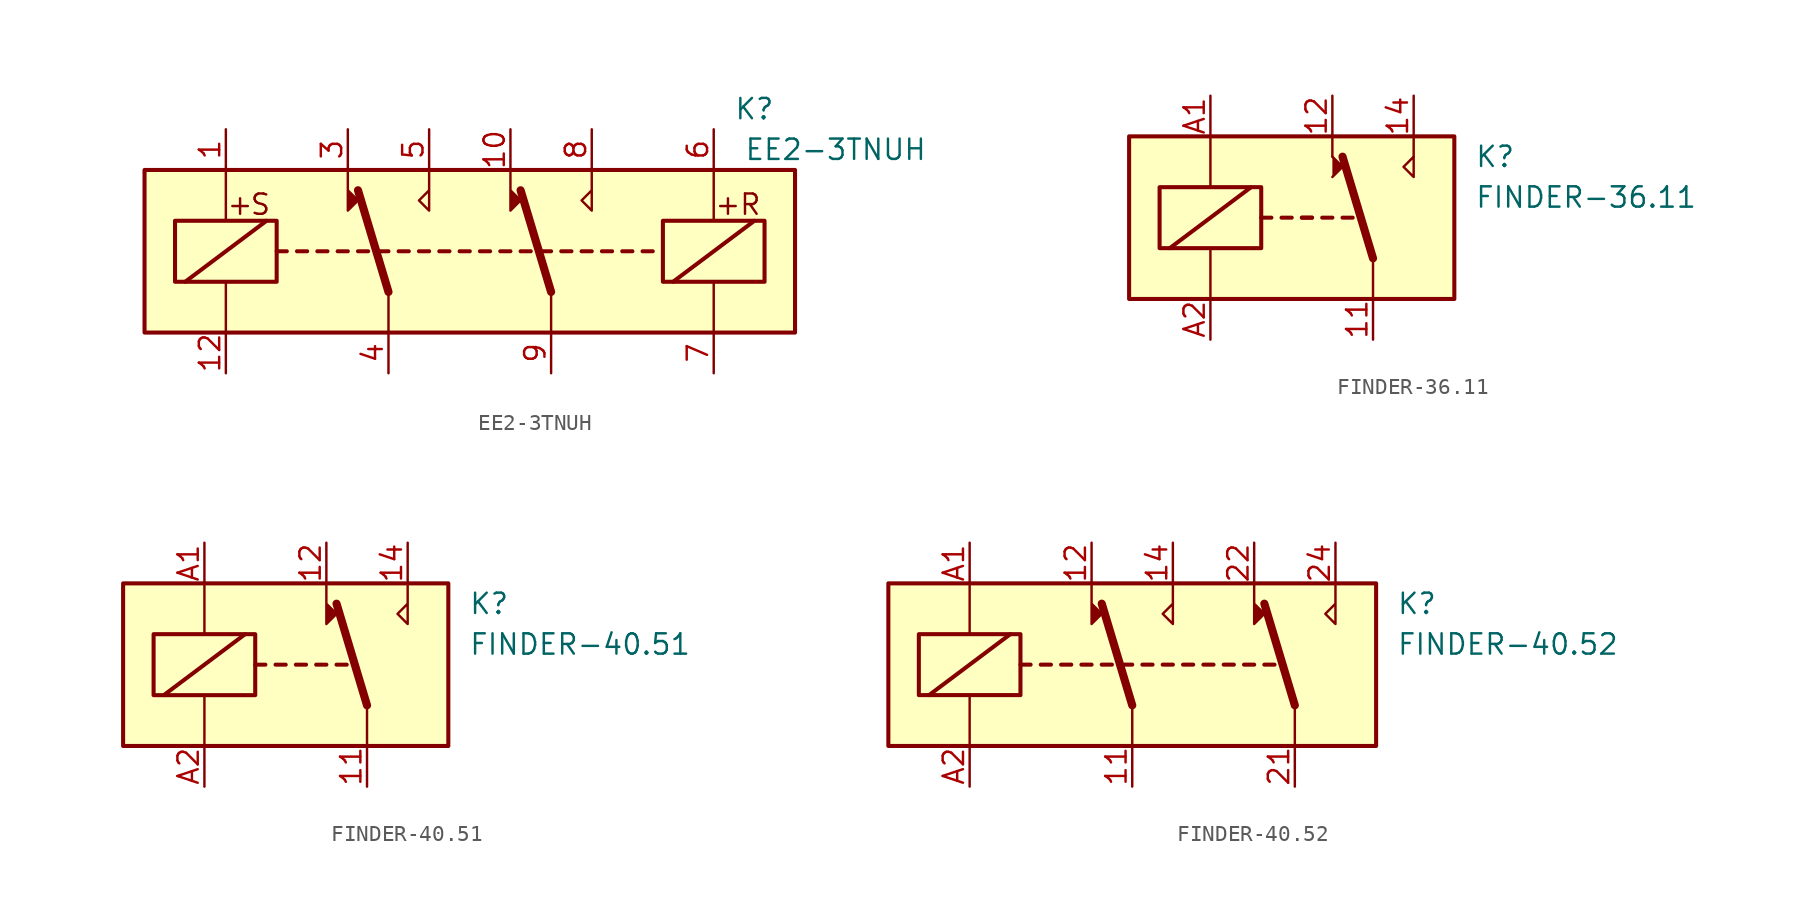
<source format=kicad_sym>
(kicad_symbol_lib
  (version 20220914)
  (generator kicad_symbol_editor)
  (symbol "EE2-3TNUH"
    (property "Reference" "K"
      (at 17.78 8.89 0)
      (effects (font (size 1.27 1.27))))
    (property "Value" "EE2-3TNUH"
      (at 22.86 6.35 0)
      (effects (font (size 1.27 1.27))))
    (symbol "EE2-3TNUH_1_1"
      (rectangle (start -20.32 5.08) (end 20.32 -5.08) (stroke (width 0.254) (type default)) (fill (type background)))
      (rectangle (start -18.415 1.905) (end -12.065 -1.905) (stroke (width 0.254) (type default)) (fill (type none)))
      (polyline (pts (xy -17.78 -1.905) (xy -12.7 1.905)) (stroke (width 0.254) (type default)) (fill (type none)))
      (polyline (pts (xy -15.24 -5.08) (xy -15.24 -1.905)) (stroke (width 0) (type default)) (fill (type none)))
      (polyline (pts (xy -15.24 5.08) (xy -15.24 1.905)) (stroke (width 0) (type default)) (fill (type none)))
      (polyline (pts (xy -12.065 0) (xy -11.43 0)) (stroke (width 0.254) (type default)) (fill (type none)))
      (polyline (pts (xy -10.795 0) (xy -10.16 0)) (stroke (width 0.254) (type default)) (fill (type none)))
      (polyline (pts (xy -9.525 0) (xy -8.89 0)) (stroke (width 0.254) (type default)) (fill (type none)))
      (polyline (pts (xy -8.255 0) (xy -7.62 0)) (stroke (width 0.254) (type default)) (fill (type none)))
      (polyline (pts (xy -6.985 0) (xy -6.35 0)) (stroke (width 0.254) (type default)) (fill (type none)))
      (polyline (pts (xy -5.715 0) (xy -5.08 0)) (stroke (width 0.254) (type default)) (fill (type none)))
      (polyline (pts (xy -5.08 -2.54) (xy -6.985 3.81)) (stroke (width 0.508) (type default)) (fill (type none)))
      (polyline (pts (xy -5.08 -2.54) (xy -5.08 -5.08)) (stroke (width 0) (type default)) (fill (type none)))
      (polyline (pts (xy -4.445 0) (xy -3.81 0)) (stroke (width 0.254) (type default)) (fill (type none)))
      (polyline (pts (xy -3.175 0) (xy -2.54 0)) (stroke (width 0.254) (type default)) (fill (type none)))
      (polyline (pts (xy -1.905 0) (xy -1.27 0)) (stroke (width 0.254) (type default)) (fill (type none)))
      (polyline (pts (xy -0.635 0) (xy 0 0)) (stroke (width 0.254) (type default)) (fill (type none)))
      (polyline (pts (xy 0.635 0) (xy 1.27 0)) (stroke (width 0.254) (type default)) (fill (type none)))
      (polyline (pts (xy 1.905 0) (xy 2.54 0)) (stroke (width 0.254) (type default)) (fill (type none)))
      (polyline (pts (xy 3.175 0) (xy 3.81 0)) (stroke (width 0.254) (type default)) (fill (type none)))
      (polyline (pts (xy 4.445 0) (xy 5.08 0)) (stroke (width 0.254) (type default)) (fill (type none)))
      (polyline (pts (xy 5.08 -2.54) (xy 3.175 3.81)) (stroke (width 0.508) (type default)) (fill (type none)))
      (polyline (pts (xy 5.08 -2.54) (xy 5.08 -5.08)) (stroke (width 0) (type default)) (fill (type none)))
      (polyline (pts (xy 5.715 0) (xy 6.35 0)) (stroke (width 0.254) (type default)) (fill (type none)))
      (polyline (pts (xy 6.985 0) (xy 7.62 0)) (stroke (width 0.254) (type default)) (fill (type none)))
      (polyline (pts (xy 8.255 0) (xy 8.89 0)) (stroke (width 0.254) (type default)) (fill (type none)))
      (polyline (pts (xy 9.525 0) (xy 10.16 0)) (stroke (width 0.254) (type default)) (fill (type none)))
      (polyline (pts (xy 10.795 0) (xy 11.43 0)) (stroke (width 0.254) (type default)) (fill (type none)))
      (polyline (pts (xy 12.7 -1.905) (xy 17.78 1.905)) (stroke (width 0.254) (type default)) (fill (type none)))
      (polyline (pts (xy 15.24 -5.08) (xy 15.24 -1.905)) (stroke (width 0) (type default)) (fill (type none)))
      (polyline (pts (xy 15.24 5.08) (xy 15.24 1.905)) (stroke (width 0) (type default)) (fill (type none)))
      (polyline (pts (xy -7.62 5.08) (xy -7.62 2.54) (xy -6.985 3.175) (xy -7.62 3.81)) (stroke (width 0) (type default)) (fill (type outline)))
      (polyline (pts (xy -2.54 5.08) (xy -2.54 2.54) (xy -3.175 3.175) (xy -2.54 3.81)) (stroke (width 0) (type default)) (fill (type none)))
      (polyline (pts (xy 2.54 5.08) (xy 2.54 2.54) (xy 3.175 3.175) (xy 2.54 3.81)) (stroke (width 0) (type default)) (fill (type outline)))
      (polyline (pts (xy 7.62 5.08) (xy 7.62 2.54) (xy 6.985 3.175) (xy 7.62 3.81)) (stroke (width 0) (type default)) (fill (type none)))
      (rectangle (start 12.065 1.905) (end 18.415 -1.905) (stroke (width 0.254) (type default)) (fill (type none)))
      (text "+" (at -14.351 2.921 0) (effects (font (size 1.27 1.27))))
      (text "+" (at 16.129 2.921 0) (effects (font (size 1.27 1.27))))
      (text "R" (at 17.526 2.921 0) (effects (font (size 1.27 1.27))))
      (text "S" (at -13.081 2.921 0) (effects (font (size 1.27 1.27))))
      (pin passive line (at -15.24 7.62 270) (length 2.54) (name "~" (effects (font (size 1.27 1.27)))) (number "1" (effects (font (size 1.27 1.27)))))
      (pin passive line (at 2.54 7.62 270) (length 2.54) (name "~" (effects (font (size 1.27 1.27)))) (number "10" (effects (font (size 1.27 1.27)))))
      (pin passive line (at -15.24 -7.62 90) (length 2.54) (name "~" (effects (font (size 1.27 1.27)))) (number "12" (effects (font (size 1.27 1.27)))))
      (pin passive line (at -7.62 7.62 270) (length 2.54) (name "~" (effects (font (size 1.27 1.27)))) (number "3" (effects (font (size 1.27 1.27)))))
      (pin passive line (at -5.08 -7.62 90) (length 2.54) (name "~" (effects (font (size 1.27 1.27)))) (number "4" (effects (font (size 1.27 1.27)))))
      (pin passive line (at -2.54 7.62 270) (length 2.54) (name "~" (effects (font (size 1.27 1.27)))) (number "5" (effects (font (size 1.27 1.27)))))
      (pin passive line (at 15.24 7.62 270) (length 2.54) (name "~" (effects (font (size 1.27 1.27)))) (number "6" (effects (font (size 1.27 1.27)))))
      (pin passive line (at 15.24 -7.62 90) (length 2.54) (name "~" (effects (font (size 1.27 1.27)))) (number "7" (effects (font (size 1.27 1.27)))))
      (pin passive line (at 7.62 7.62 270) (length 2.54) (name "~" (effects (font (size 1.27 1.27)))) (number "8" (effects (font (size 1.27 1.27)))))
      (pin passive line (at 5.08 -7.62 90) (length 2.54) (name "~" (effects (font (size 1.27 1.27)))) (number "9" (effects (font (size 1.27 1.27)))))))
  (symbol "FINDER-36.11"
    (property "Reference" "K"
      (at 11.43 3.81 0)
      (effects (font (size 1.27 1.27)) (justify left)))
    (property "Value" "FINDER-36.11"
      (at 11.43 1.27 0)
      (effects (font (size 1.27 1.27)) (justify left)))
    (symbol "FINDER-36.11_0_0"
      (polyline (pts (xy 2.54 3.81) (xy 2.54 5.08)) (stroke (width 0) (type default)) (fill (type none)))
      (polyline (pts (xy 7.62 3.81) (xy 7.62 5.08)) (stroke (width 0) (type default)) (fill (type none)))
      (polyline (pts (xy 7.62 3.81) (xy 7.62 2.54) (xy 6.985 3.175) (xy 7.62 3.81)) (stroke (width 0) (type default)) (fill (type none))))
    (symbol "FINDER-36.11_0_1"
      (rectangle (start -10.16 5.08) (end 10.16 -5.08) (stroke (width 0.254) (type default)) (fill (type background)))
      (rectangle (start -8.255 1.905) (end -1.905 -1.905) (stroke (width 0.254) (type default)) (fill (type none)))
      (polyline (pts (xy -7.62 -1.905) (xy -2.54 1.905)) (stroke (width 0.254) (type default)) (fill (type none)))
      (polyline (pts (xy -5.08 -5.08) (xy -5.08 -1.905)) (stroke (width 0) (type default)) (fill (type none)))
      (polyline (pts (xy -5.08 5.08) (xy -5.08 1.905)) (stroke (width 0) (type default)) (fill (type none)))
      (polyline (pts (xy -1.905 0) (xy -1.27 0)) (stroke (width 0.254) (type default)) (fill (type none)))
      (polyline (pts (xy -0.635 0) (xy 0 0)) (stroke (width 0.254) (type default)) (fill (type none)))
      (polyline (pts (xy 0.635 0) (xy 1.27 0)) (stroke (width 0.254) (type default)) (fill (type none)))
      (polyline (pts (xy 0.635 0) (xy 1.27 0)) (stroke (width 0.254) (type default)) (fill (type none)))
      (polyline (pts (xy 1.905 0) (xy 2.54 0)) (stroke (width 0.254) (type default)) (fill (type none)))
      (polyline (pts (xy 3.175 0) (xy 3.81 0)) (stroke (width 0.254) (type default)) (fill (type none)))
      (polyline (pts (xy 5.08 -2.54) (xy 3.175 3.81)) (stroke (width 0.508) (type default)) (fill (type none)))
      (polyline (pts (xy 5.08 -2.54) (xy 5.08 -5.08)) (stroke (width 0) (type default)) (fill (type none)))
      (polyline (pts (xy 2.54 2.54) (xy 3.175 3.175) (xy 2.54 3.81)) (stroke (width 0) (type default)) (fill (type outline))))
    (symbol "FINDER-36.11_1_1"
      (pin passive line (at 5.08 -7.62 90) (length 2.54) (name "~" (effects (font (size 1.27 1.27)))) (number "11" (effects (font (size 1.27 1.27)))))
      (pin passive line (at 2.54 7.62 270) (length 2.54) (name "~" (effects (font (size 1.27 1.27)))) (number "12" (effects (font (size 1.27 1.27)))))
      (pin passive line (at 7.62 7.62 270) (length 2.54) (name "~" (effects (font (size 1.27 1.27)))) (number "14" (effects (font (size 1.27 1.27)))))
      (pin passive line (at -5.08 7.62 270) (length 2.54) (name "~" (effects (font (size 1.27 1.27)))) (number "A1" (effects (font (size 1.27 1.27)))))
      (pin passive line (at -5.08 -7.62 90) (length 2.54) (name "~" (effects (font (size 1.27 1.27)))) (number "A2" (effects (font (size 1.27 1.27)))))))
  (symbol "FINDER-40.51"
    (property "Reference" "K"
      (at 11.43 3.81 0)
      (effects (font (size 1.27 1.27)) (justify left)))
    (property "Value" "FINDER-40.51"
      (at 11.43 1.27 0)
      (effects (font (size 1.27 1.27)) (justify left)))
    (symbol "FINDER-40.51_0_0"
      (polyline (pts (xy 7.62 5.08) (xy 7.62 2.54) (xy 6.985 3.175) (xy 7.62 3.81)) (stroke (width 0) (type default)) (fill (type none))))
    (symbol "FINDER-40.51_0_1"
      (rectangle (start -10.16 5.08) (end 10.16 -5.08) (stroke (width 0.254) (type default)) (fill (type background)))
      (rectangle (start -8.255 1.905) (end -1.905 -1.905) (stroke (width 0.254) (type default)) (fill (type none)))
      (polyline (pts (xy -7.62 -1.905) (xy -2.54 1.905)) (stroke (width 0.254) (type default)) (fill (type none)))
      (polyline (pts (xy -5.08 -5.08) (xy -5.08 -1.905)) (stroke (width 0) (type default)) (fill (type none)))
      (polyline (pts (xy -5.08 5.08) (xy -5.08 1.905)) (stroke (width 0) (type default)) (fill (type none)))
      (polyline (pts (xy -1.905 0) (xy -1.27 0)) (stroke (width 0.254) (type default)) (fill (type none)))
      (polyline (pts (xy -0.635 0) (xy 0 0)) (stroke (width 0.254) (type default)) (fill (type none)))
      (polyline (pts (xy 0.635 0) (xy 1.27 0)) (stroke (width 0.254) (type default)) (fill (type none)))
      (polyline (pts (xy 1.905 0) (xy 2.54 0)) (stroke (width 0.254) (type default)) (fill (type none)))
      (polyline (pts (xy 3.175 0) (xy 3.81 0)) (stroke (width 0.254) (type default)) (fill (type none)))
      (polyline (pts (xy 5.08 -2.54) (xy 3.175 3.81)) (stroke (width 0.508) (type default)) (fill (type none)))
      (polyline (pts (xy 5.08 -2.54) (xy 5.08 -5.08)) (stroke (width 0) (type default)) (fill (type none)))
      (polyline (pts (xy 2.54 5.08) (xy 2.54 2.54) (xy 3.175 3.175) (xy 2.54 3.81)) (stroke (width 0) (type default)) (fill (type outline))))
    (symbol "FINDER-40.51_1_1"
      (pin passive line (at 5.08 -7.62 90) (length 2.54) (name "~" (effects (font (size 1.27 1.27)))) (number "11" (effects (font (size 1.27 1.27)))))
      (pin passive line (at 2.54 7.62 270) (length 2.54) (name "~" (effects (font (size 1.27 1.27)))) (number "12" (effects (font (size 1.27 1.27)))))
      (pin passive line (at 7.62 7.62 270) (length 2.54) (name "~" (effects (font (size 1.27 1.27)))) (number "14" (effects (font (size 1.27 1.27)))))
      (pin passive line (at -5.08 7.62 270) (length 2.54) (name "~" (effects (font (size 1.27 1.27)))) (number "A1" (effects (font (size 1.27 1.27)))))
      (pin passive line (at -5.08 -7.62 90) (length 2.54) (name "~" (effects (font (size 1.27 1.27)))) (number "A2" (effects (font (size 1.27 1.27)))))))
  (symbol "FINDER-40.52"
    (property "Reference" "K"
      (at 16.51 3.81 0)
      (effects (font (size 1.27 1.27)) (justify left)))
    (property "Value" "FINDER-40.52"
      (at 16.51 1.27 0)
      (effects (font (size 1.27 1.27)) (justify left)))
    (symbol "FINDER-40.52_0_1"
      (rectangle (start -15.24 5.08) (end 15.24 -5.08) (stroke (width 0.254) (type default)) (fill (type background)))
      (rectangle (start -13.335 1.905) (end -6.985 -1.905) (stroke (width 0.254) (type default)) (fill (type none)))
      (polyline (pts (xy -12.7 -1.905) (xy -7.62 1.905)) (stroke (width 0.254) (type default)) (fill (type none)))
      (polyline (pts (xy -10.16 -5.08) (xy -10.16 -1.905)) (stroke (width 0) (type default)) (fill (type none)))
      (polyline (pts (xy -10.16 5.08) (xy -10.16 1.905)) (stroke (width 0) (type default)) (fill (type none)))
      (polyline (pts (xy -6.985 0) (xy -6.35 0)) (stroke (width 0.254) (type default)) (fill (type none)))
      (polyline (pts (xy -5.715 0) (xy -5.08 0)) (stroke (width 0.254) (type default)) (fill (type none)))
      (polyline (pts (xy -4.445 0) (xy -3.81 0)) (stroke (width 0.254) (type default)) (fill (type none)))
      (polyline (pts (xy -3.175 0) (xy -2.54 0)) (stroke (width 0.254) (type default)) (fill (type none)))
      (polyline (pts (xy -1.905 0) (xy -1.27 0)) (stroke (width 0.254) (type default)) (fill (type none)))
      (polyline (pts (xy -0.635 0) (xy 0 0)) (stroke (width 0.254) (type default)) (fill (type none)))
      (polyline (pts (xy 0 -2.54) (xy -1.905 3.81)) (stroke (width 0.508) (type default)) (fill (type none)))
      (polyline (pts (xy 0 -2.54) (xy 0 -5.08)) (stroke (width 0) (type default)) (fill (type none)))
      (polyline (pts (xy 0.635 0) (xy 1.27 0)) (stroke (width 0.254) (type default)) (fill (type none)))
      (polyline (pts (xy 1.905 0) (xy 2.54 0)) (stroke (width 0.254) (type default)) (fill (type none)))
      (polyline (pts (xy 3.175 0) (xy 3.81 0)) (stroke (width 0.254) (type default)) (fill (type none)))
      (polyline (pts (xy 4.445 0) (xy 5.08 0)) (stroke (width 0.254) (type default)) (fill (type none)))
      (polyline (pts (xy 5.715 0) (xy 6.35 0)) (stroke (width 0.254) (type default)) (fill (type none)))
      (polyline (pts (xy 6.985 0) (xy 7.62 0)) (stroke (width 0.254) (type default)) (fill (type none)))
      (polyline (pts (xy 8.255 0) (xy 8.89 0)) (stroke (width 0.254) (type default)) (fill (type none)))
      (polyline (pts (xy 10.16 -2.54) (xy 8.255 3.81)) (stroke (width 0.508) (type default)) (fill (type none)))
      (polyline (pts (xy 10.16 -2.54) (xy 10.16 -5.08)) (stroke (width 0) (type default)) (fill (type none)))
      (polyline (pts (xy -2.54 5.08) (xy -2.54 2.54) (xy -1.905 3.175) (xy -2.54 3.81)) (stroke (width 0) (type default)) (fill (type outline)))
      (polyline (pts (xy 2.54 5.08) (xy 2.54 2.54) (xy 1.905 3.175) (xy 2.54 3.81)) (stroke (width 0) (type default)) (fill (type none)))
      (polyline (pts (xy 7.62 5.08) (xy 7.62 2.54) (xy 8.255 3.175) (xy 7.62 3.81)) (stroke (width 0) (type default)) (fill (type outline)))
      (polyline (pts (xy 12.7 5.08) (xy 12.7 2.54) (xy 12.065 3.175) (xy 12.7 3.81)) (stroke (width 0) (type default)) (fill (type none))))
    (symbol "FINDER-40.52_1_1"
      (pin passive line (at 0 -7.62 90) (length 2.54) (name "~" (effects (font (size 1.27 1.27)))) (number "11" (effects (font (size 1.27 1.27)))))
      (pin passive line (at -2.54 7.62 270) (length 2.54) (name "~" (effects (font (size 1.27 1.27)))) (number "12" (effects (font (size 1.27 1.27)))))
      (pin passive line (at 2.54 7.62 270) (length 2.54) (name "~" (effects (font (size 1.27 1.27)))) (number "14" (effects (font (size 1.27 1.27)))))
      (pin passive line (at 10.16 -7.62 90) (length 2.54) (name "~" (effects (font (size 1.27 1.27)))) (number "21" (effects (font (size 1.27 1.27)))))
      (pin passive line (at 7.62 7.62 270) (length 2.54) (name "~" (effects (font (size 1.27 1.27)))) (number "22" (effects (font (size 1.27 1.27)))))
      (pin passive line (at 12.7 7.62 270) (length 2.54) (name "~" (effects (font (size 1.27 1.27)))) (number "24" (effects (font (size 1.27 1.27)))))
      (pin passive line (at -10.16 7.62 270) (length 2.54) (name "~" (effects (font (size 1.27 1.27)))) (number "A1" (effects (font (size 1.27 1.27)))))
      (pin passive line (at -10.16 -7.62 90) (length 2.54) (name "~" (effects (font (size 1.27 1.27)))) (number "A2" (effects (font (size 1.27 1.27))))))))
</source>
